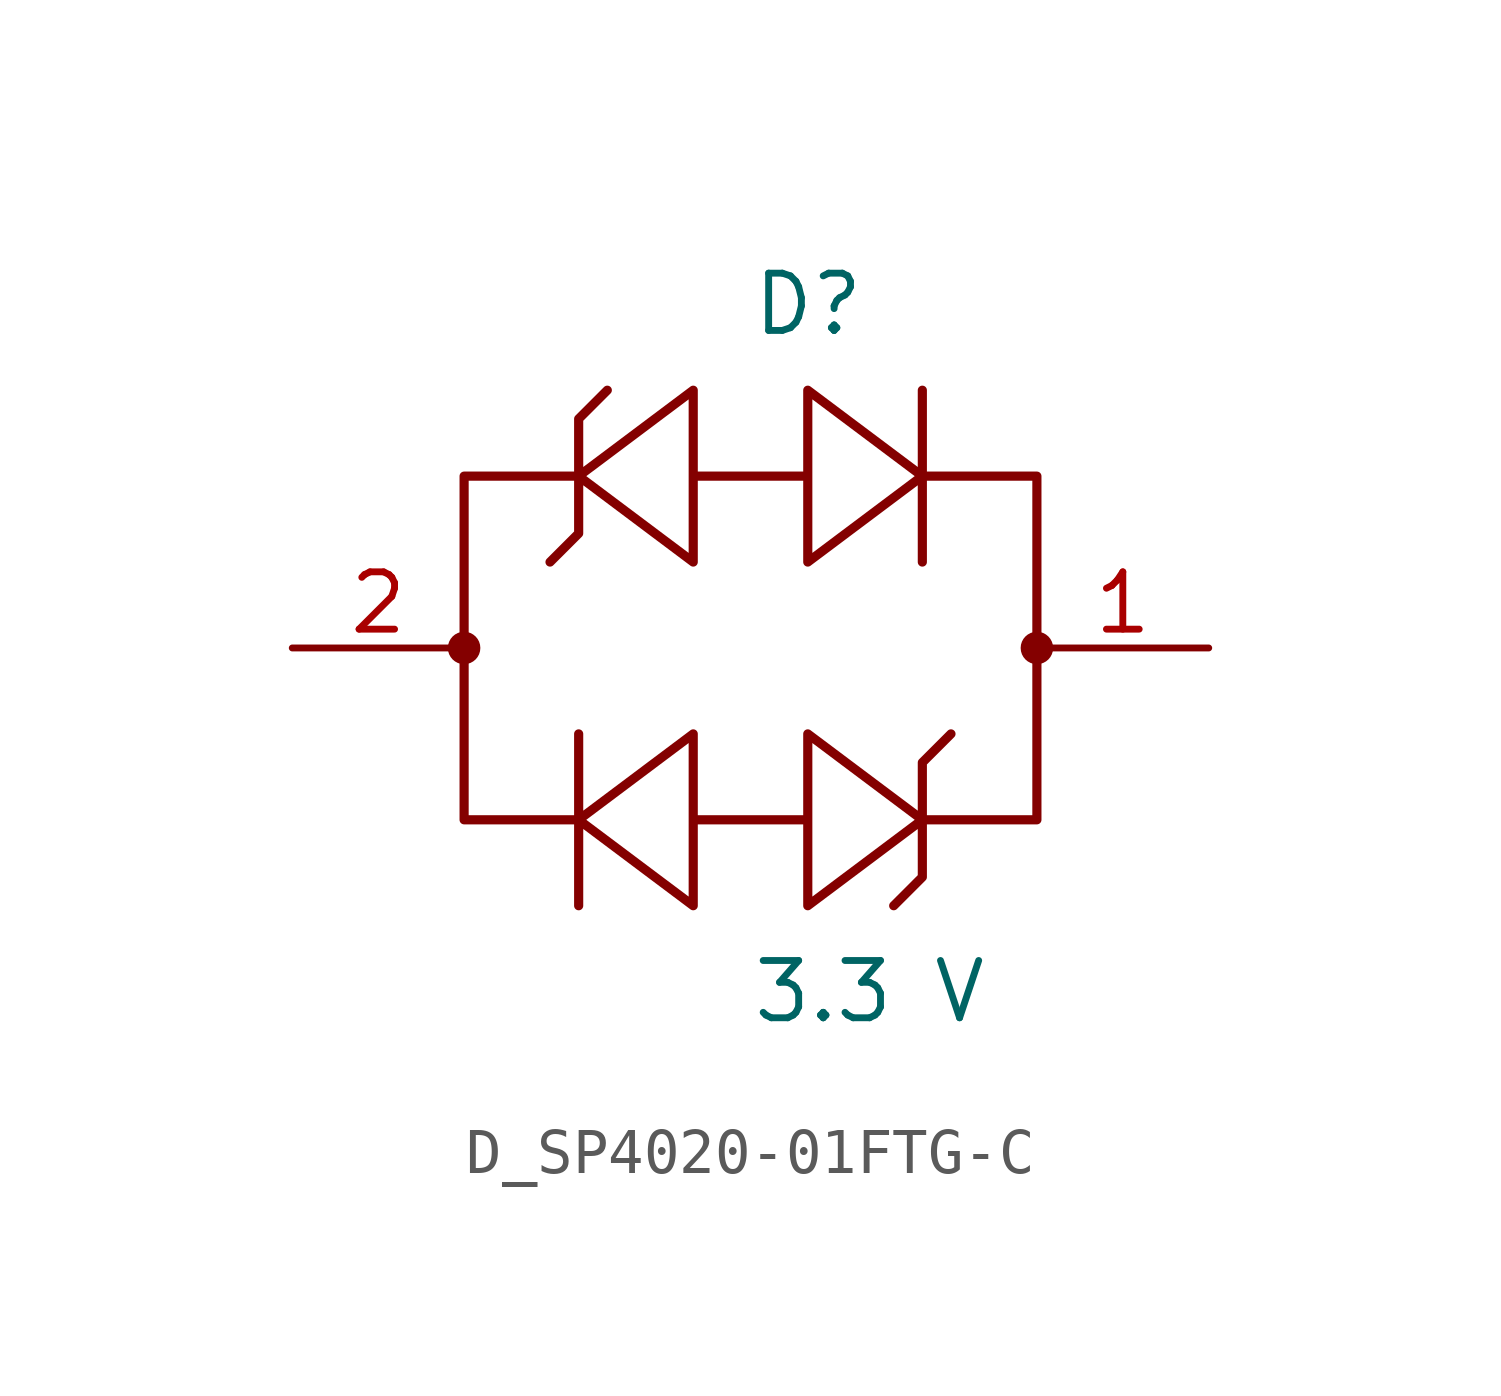
<source format=kicad_sym>
(kicad_symbol_lib
  (version 20231120)
  (generator kicad_symbol_editor)
  (generator_version 8.0)
  (symbol "D_SP4020-01FTG-C"
    (pin_names
      (offset 0.254))
    (property "Reference" "D"
      (at 0 7.62 0)
      (effects (font (size 1.27 1.27)) (justify left)))
    (property "Value" "3.3 V"
      (at 0 -7.62 0)
      (effects (font (size 1.27 1.27)) (justify left)))
    (symbol "D_SP4020-01FTG-C_1_0"
      (polyline (pts (xy -6.35 0) (xy -6.35 -3.81) (xy -3.81 -3.81) (xy -3.81 -5.715) (xy -3.81 -3.81) (xy -1.27 -5.715) (xy -1.27 -3.81) (xy 1.27 -3.81) (xy 1.27 -5.715) (xy 3.81 -3.81) (xy 3.81 -5.08) (xy 3.175 -5.715) (xy 3.81 -5.08) (xy 3.81 -3.81) (xy 6.35 -3.81) (xy 6.35 0) (xy 6.35 0) (xy 6.35 -3.81) (xy 3.81 -3.81) (xy 3.81 -2.54) (xy 4.445 -1.905) (xy 3.81 -2.54) (xy 3.81 -3.81) (xy 1.27 -1.905) (xy 1.27 -3.81) (xy -1.27 -3.81) (xy -1.27 -1.905) (xy -3.81 -3.81) (xy -3.81 -1.905) (xy -3.81 -3.81) (xy -6.35 -3.81)) (stroke (width 0.203) (type default)) (fill (type none)))
      (polyline (pts (xy 6.35 0) (xy 6.35 3.81) (xy 3.81 3.81) (xy 3.81 5.715) (xy 3.81 3.81) (xy 1.27 5.715) (xy 1.27 3.81) (xy -1.27 3.81) (xy -1.27 5.715) (xy -3.81 3.81) (xy -3.81 5.08) (xy -3.175 5.715) (xy -3.81 5.08) (xy -3.81 3.81) (xy -6.35 3.81) (xy -6.35 0) (xy -6.35 0) (xy -6.35 3.81) (xy -3.81 3.81) (xy -3.81 2.54) (xy -4.445 1.905) (xy -3.81 2.54) (xy -3.81 3.81) (xy -1.27 1.905) (xy -1.27 3.81) (xy 1.27 3.81) (xy 1.27 1.905) (xy 3.81 3.81) (xy 3.81 1.905) (xy 3.81 3.81) (xy 6.35 3.81)) (stroke (width 0.203) (type default)) (fill (type none)))
      (circle (center -6.35 0) (radius 0.284) (stroke (width 0) (type default)) (fill (type outline)))
      (circle (center 6.35 0) (radius 0.284) (stroke (width 0) (type default)) (fill (type outline)))
      (pin unspecified line (at 10.16 0 180) (length 3.81) (name "" (effects (font (size 1.27 1.27)))) (number "1" (effects (font (size 1.27 1.27)))))
      (pin unspecified line (at -10.16 0 0) (length 3.81) (name "" (effects (font (size 1.27 1.27)))) (number "2" (effects (font (size 1.27 1.27))))))))
</source>
